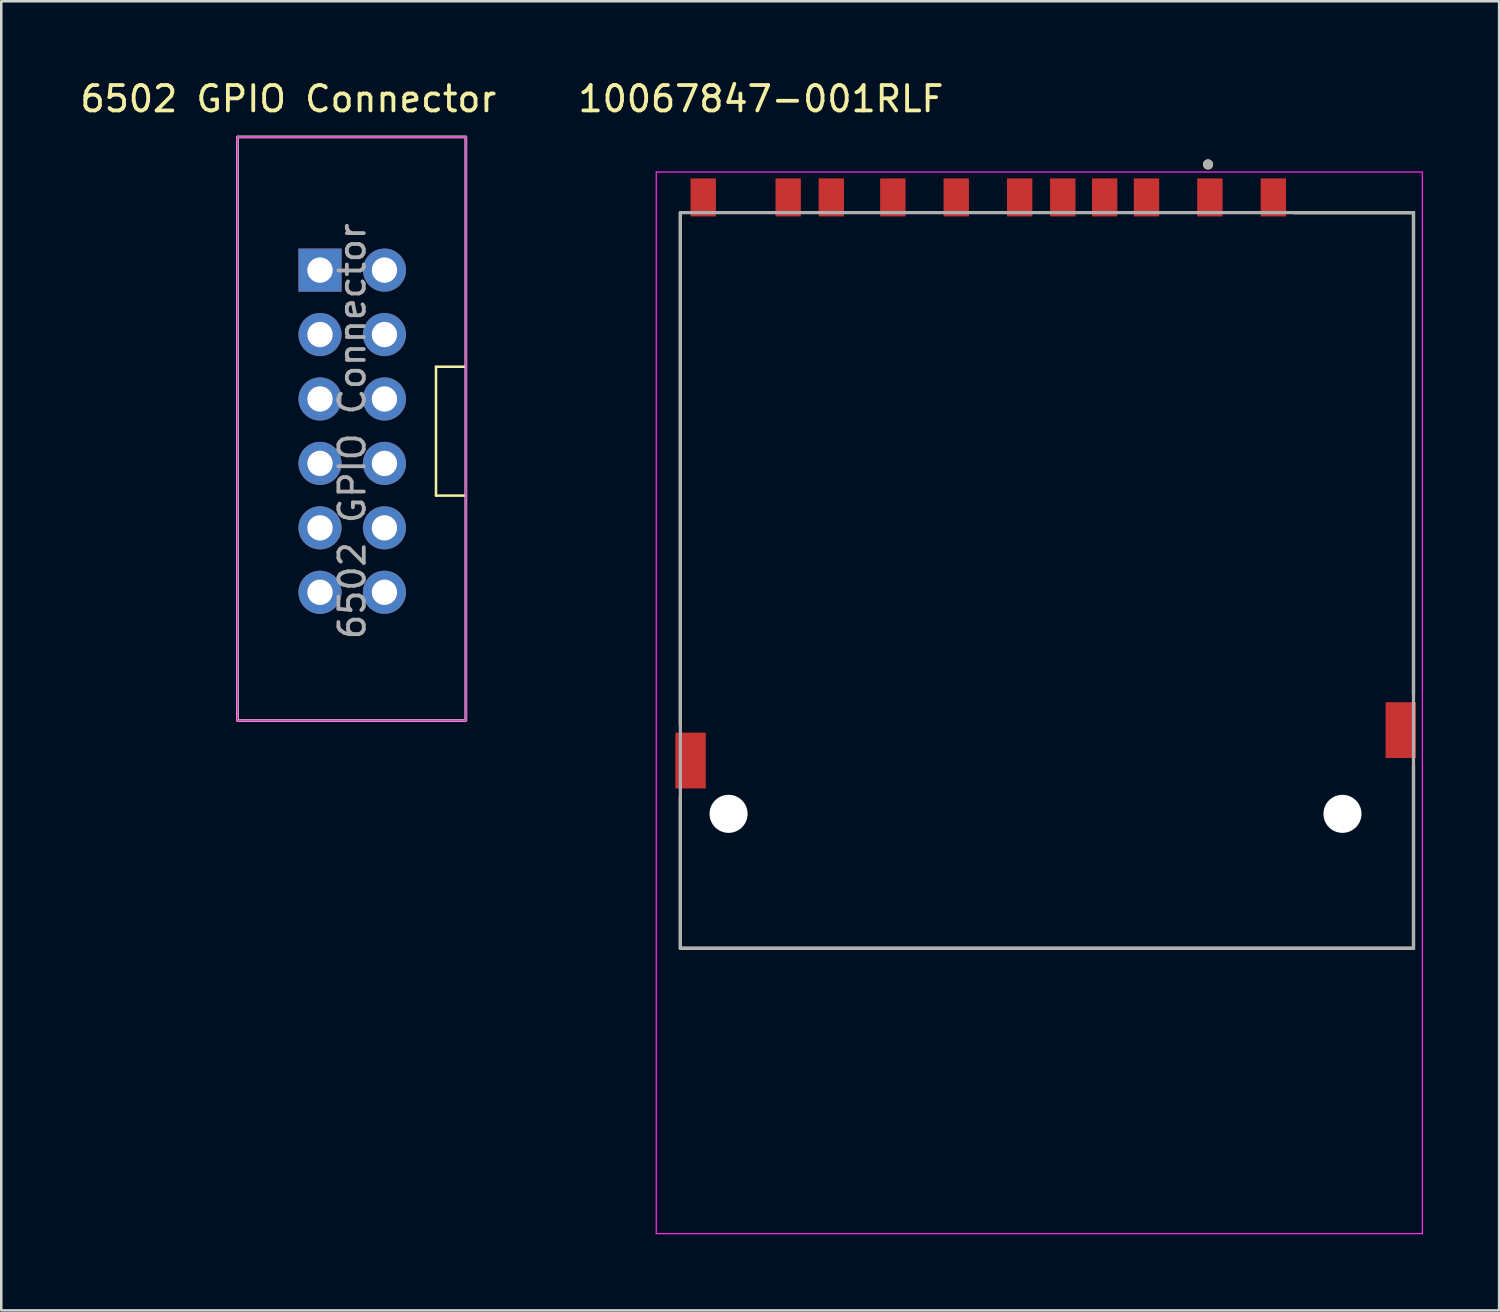
<source format=kicad_pcb>
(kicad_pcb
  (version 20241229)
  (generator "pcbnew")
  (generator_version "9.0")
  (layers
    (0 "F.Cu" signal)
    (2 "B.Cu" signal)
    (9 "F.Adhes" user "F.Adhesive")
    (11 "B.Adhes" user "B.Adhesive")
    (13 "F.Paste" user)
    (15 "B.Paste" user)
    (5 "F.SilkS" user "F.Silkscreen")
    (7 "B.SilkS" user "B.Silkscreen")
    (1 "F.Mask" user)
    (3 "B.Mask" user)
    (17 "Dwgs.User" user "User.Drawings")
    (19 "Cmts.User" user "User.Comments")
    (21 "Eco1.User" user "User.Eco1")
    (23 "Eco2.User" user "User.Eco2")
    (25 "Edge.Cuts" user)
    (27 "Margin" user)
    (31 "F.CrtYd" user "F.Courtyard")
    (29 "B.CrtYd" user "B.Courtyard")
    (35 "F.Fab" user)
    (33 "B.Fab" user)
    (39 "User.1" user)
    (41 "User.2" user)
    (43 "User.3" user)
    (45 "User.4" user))
  (footprint "6502 GPIO Connector"
    (layer "F.Cu")
    (at 9.565 7.598)
    (property "Reference" "6502 GPIO Connector" (at -1.25 -6.75 0) (layer "F.SilkS") (effects (font (size 1 1) (thickness 0.15))))
    (attr through_hole)
    (fp_line (start 4.572 3.81) (end 4.572 8.89) (stroke (width 0.1) (type default)) (layer "F.SilkS"))
    (fp_line (start 4.572 8.89) (end 5.75 8.89) (stroke (width 0.1) (type default)) (layer "F.SilkS"))
    (fp_line (start 5.75 3.81) (end 4.572 3.81) (stroke (width 0.1) (type default)) (layer "F.SilkS"))
    (fp_rect (start -3.25 -5.25) (end 5.75 17.75) (stroke (width 0.1) (type default)) (fill no) (layer "F.SilkS"))
    (fp_line (start -3.25 -5.25) (end -3.25 17.75) (stroke (width 0.05) (type solid)) (layer "F.CrtYd"))
    (fp_line (start -3.25 17.75) (end 5.75 17.75) (stroke (width 0.05) (type solid)) (layer "F.CrtYd"))
    (fp_line (start 5.75 -5.25) (end -3.25 -5.25) (stroke (width 0.05) (type solid)) (layer "F.CrtYd"))
    (fp_line (start 5.75 17.75) (end 5.75 -5.25) (stroke (width 0.05) (type solid)) (layer "F.CrtYd"))
    (fp_line (start -3.25 -5.25) (end 5.75 -5.25) (stroke (width 0.1) (type solid)) (layer "F.Fab"))
    (fp_line (start -3.25 17.75) (end -3.25 -5.25) (stroke (width 0.1) (type solid)) (layer "F.Fab"))
    (fp_line (start 5.75 -5.25) (end 5.75 17.75) (stroke (width 0.1) (type solid)) (layer "F.Fab"))
    (fp_line (start 5.75 17.75) (end -3.25 17.75) (stroke (width 0.1) (type solid)) (layer "F.Fab"))
    (fp_text user "${REFERENCE}" (at 1.27 6.35 90) (layer "F.Fab") (effects (font (size 1 1) (thickness 0.15))))
    (pad "1" thru_hole rect (at 0 0) (size 1.7 1.7) (drill 1) (layers "*.Cu" "*.Mask"))
    (pad "2" thru_hole oval (at 2.54 0) (size 1.7 1.7) (drill 1) (layers "*.Cu" "*.Mask"))
    (pad "3" thru_hole oval (at 0 2.54) (size 1.7 1.7) (drill 1) (layers "*.Cu" "*.Mask"))
    (pad "4" thru_hole oval (at 2.54 2.54) (size 1.7 1.7) (drill 1) (layers "*.Cu" "*.Mask"))
    (pad "5" thru_hole oval (at 0 5.08) (size 1.7 1.7) (drill 1) (layers "*.Cu" "*.Mask"))
    (pad "6" thru_hole oval (at 2.54 5.08) (size 1.7 1.7) (drill 1) (layers "*.Cu" "*.Mask"))
    (pad "7" thru_hole oval (at 0 7.62) (size 1.7 1.7) (drill 1) (layers "*.Cu" "*.Mask"))
    (pad "8" thru_hole oval (at 2.54 7.62) (size 1.7 1.7) (drill 1) (layers "*.Cu" "*.Mask"))
    (pad "9" thru_hole oval (at 0 10.16) (size 1.7 1.7) (drill 1) (layers "*.Cu" "*.Mask"))
    (pad "10" thru_hole oval (at 2.54 10.16) (size 1.7 1.7) (drill 1) (layers "*.Cu" "*.Mask"))
    (pad "11" thru_hole oval (at 0 12.7) (size 1.7 1.7) (drill 1) (layers "*.Cu" "*.Mask"))
    (pad "12" thru_hole oval (at 2.54 12.7) (size 1.7 1.7) (drill 1) (layers "*.Cu" "*.Mask")))
  (footprint "10067847-001RLF"
    (layer "F.Cu")
    (at 37.771 29.032)
    (property "Reference" "10067847-001RLF" (at -10.825 -28.184 0) (layer "F.SilkS") (effects (font (size 1 1) (thickness 0.15))))
    (attr smd)
    (fp_line (start -14 -23.7) (end -14 -3.52) (stroke (width 0.127) (type solid)) (layer "F.SilkS"))
    (fp_line (start -14 -0.68) (end -14 5.3) (stroke (width 0.127) (type solid)) (layer "F.SilkS"))
    (fp_line (start -14 5.3) (end 14.9 5.3) (stroke (width 0.127) (type solid)) (layer "F.SilkS"))
    (fp_line (start 10.195 -23.7) (end 14.9 -23.7) (stroke (width 0.127) (type solid)) (layer "F.SilkS"))
    (fp_line (start 14.9 -23.7) (end 14.9 -4.72) (stroke (width 0.127) (type solid)) (layer "F.SilkS"))
    (fp_line (start 14.9 5.3) (end 14.9 -1.88) (stroke (width 0.127) (type solid)) (layer "F.SilkS"))
    (fp_circle (center 6.8 -25.6) (end 6.9 -25.6) (stroke (width 0.2) (type solid)) (fill no) (layer "F.SilkS"))
    (fp_line (start -14.95 -25.3) (end 15.25 -25.3) (stroke (width 0.05) (type solid)) (layer "F.CrtYd"))
    (fp_line (start -14.95 16.55) (end -14.95 -25.3) (stroke (width 0.05) (type solid)) (layer "F.CrtYd"))
    (fp_line (start 15.25 -25.3) (end 15.25 16.55) (stroke (width 0.05) (type solid)) (layer "F.CrtYd"))
    (fp_line (start 15.25 16.55) (end -14.95 16.55) (stroke (width 0.05) (type solid)) (layer "F.CrtYd"))
    (fp_line (start -14 -23.7) (end 14.9 -23.7) (stroke (width 0.127) (type solid)) (layer "F.Fab"))
    (fp_line (start -14 5.3) (end -14 -23.7) (stroke (width 0.127) (type solid)) (layer "F.Fab"))
    (fp_line (start 14.9 -23.7) (end 14.9 5.3) (stroke (width 0.127) (type solid)) (layer "F.Fab"))
    (fp_line (start 14.9 5.3) (end -14 5.3) (stroke (width 0.127) (type solid)) (layer "F.Fab"))
    (fp_circle (center 6.8 -25.6) (end 6.9 -25.6) (stroke (width 0.2) (type solid)) (fill no) (layer "F.Fab"))
    (pad "" np_thru_hole circle (at -12.1 0) (size 1.5 1.5) (drill 1.5) (layers "*.Cu" "*.Mask"))
    (pad "" np_thru_hole circle (at 12.1 0) (size 1.5 1.5) (drill 1.5) (layers "*.Cu" "*.Mask"))
    (pad "1" smd rect (at 6.875 -24.3) (size 1 1.5) (layers "F.Cu" "F.Mask" "F.Paste"))
    (pad "2" smd rect (at 4.375 -24.3) (size 1 1.5) (layers "F.Cu" "F.Mask" "F.Paste"))
    (pad "3" smd rect (at 1.075 -24.3) (size 1 1.5) (layers "F.Cu" "F.Mask" "F.Paste"))
    (pad "4" smd rect (at -0.625 -24.3) (size 1 1.5) (layers "F.Cu" "F.Mask" "F.Paste"))
    (pad "5" smd rect (at -3.125 -24.3) (size 1 1.5) (layers "F.Cu" "F.Mask" "F.Paste"))
    (pad "6" smd rect (at -5.625 -24.3) (size 1 1.5) (layers "F.Cu" "F.Mask" "F.Paste"))
    (pad "7" smd rect (at -8.05 -24.3) (size 1 1.5) (layers "F.Cu" "F.Mask" "F.Paste"))
    (pad "8" smd rect (at -9.75 -24.3) (size 1 1.5) (layers "F.Cu" "F.Mask" "F.Paste"))
    (pad "9" smd rect (at 9.375 -24.3) (size 1 1.5) (layers "F.Cu" "F.Mask" "F.Paste"))
    (pad "CD" smd rect (at 2.725 -24.3) (size 1 1.5) (layers "F.Cu" "F.Mask" "F.Paste"))
    (pad "G1" smd rect (at -13.6 -2.1) (size 1.2 2.2) (layers "F.Cu" "F.Mask" "F.Paste"))
    (pad "G2" smd rect (at 14.4 -3.3) (size 1.2 2.2) (layers "F.Cu" "F.Mask" "F.Paste"))
    (pad "WP" smd rect (at -13.1 -24.3) (size 1 1.5) (layers "F.Cu" "F.Mask" "F.Paste"))
    (zone (net_name "") (layer "F.Cu") (hatch full 0.508) (connect_pads) (min_thickness 0.01) (filled_areas_thickness no) (keepout (tracks not_allowed) (vias not_allowed) (pads not_allowed) (copperpour not_allowed) (footprints allowed)) (placement (enabled no)) (fill) (polygon (pts (xy 23.071 14.532) (xy 24.271 14.532) (xy 24.271 20.832) (xy 23.071 20.832))))
    (zone (net_name "") (layer "F.Cu") (hatch full 0.508) (connect_pads) (min_thickness 0.01) (filled_areas_thickness no) (keepout (tracks not_allowed) (vias not_allowed) (pads not_allowed) (copperpour not_allowed) (footprints allowed)) (placement (enabled no)) (fill) (polygon (pts (xy 27.461 11.432) (xy 28.561 11.432) (xy 28.561 13.432) (xy 27.461 13.432))))
    (zone (net_name "") (layer "F.Cu") (hatch full 0.508) (connect_pads) (min_thickness 0.01) (filled_areas_thickness no) (keepout (tracks not_allowed) (vias not_allowed) (pads not_allowed) (copperpour not_allowed) (footprints allowed)) (placement (enabled no)) (fill) (polygon (pts (xy 29.161 11.432) (xy 30.261 11.432) (xy 30.261 13.432) (xy 29.161 13.432))))
    (zone (net_name "") (layer "F.Cu") (hatch full 0.508) (connect_pads) (min_thickness 0.01) (filled_areas_thickness no) (keepout (tracks not_allowed) (vias not_allowed) (pads not_allowed) (copperpour not_allowed) (footprints allowed)) (placement (enabled no)) (fill) (polygon (pts (xy 31.591 11.432) (xy 32.691 11.432) (xy 32.691 13.432) (xy 31.591 13.432))))
    (zone (net_name "") (layer "F.Cu") (hatch full 0.508) (connect_pads) (min_thickness 0.01) (filled_areas_thickness no) (keepout (tracks not_allowed) (vias not_allowed) (pads not_allowed) (copperpour not_allowed) (footprints allowed)) (placement (enabled no)) (fill) (polygon (pts (xy 34.091 11.432) (xy 35.191 11.432) (xy 35.191 13.432) (xy 34.091 13.432))))
    (zone (net_name "") (layer "F.Cu") (hatch full 0.508) (connect_pads) (min_thickness 0.01) (filled_areas_thickness no) (keepout (tracks not_allowed) (vias not_allowed) (pads not_allowed) (copperpour not_allowed) (footprints allowed)) (placement (enabled no)) (fill) (polygon (pts (xy 36.591 11.832) (xy 37.691 11.832) (xy 37.691 13.832) (xy 36.591 13.832))))
    (zone (net_name "") (layer "F.Cu") (hatch full 0.508) (connect_pads) (min_thickness 0.01) (filled_areas_thickness no) (keepout (tracks not_allowed) (vias not_allowed) (pads not_allowed) (copperpour not_allowed) (footprints allowed)) (placement (enabled no)) (fill) (polygon (pts (xy 38.691 11.332) (xy 40.591 11.332) (xy 40.591 13.832) (xy 38.691 13.832))))
    (zone (net_name "") (layer "F.Cu") (hatch full 0.508) (connect_pads) (min_thickness 0.01) (filled_areas_thickness no) (keepout (tracks not_allowed) (vias not_allowed) (pads not_allowed) (copperpour not_allowed) (footprints allowed)) (placement (enabled no)) (fill) (polygon (pts (xy 41.591 11.532) (xy 42.691 11.532) (xy 42.691 13.532) (xy 41.591 13.532))))
    (zone (net_name "") (layer "F.Cu") (hatch full 0.508) (connect_pads) (min_thickness 0.01) (filled_areas_thickness no) (keepout (tracks not_allowed) (vias not_allowed) (pads not_allowed) (copperpour not_allowed) (footprints allowed)) (placement (enabled no)) (fill) (polygon (pts (xy 44.091 10.732) (xy 45.191 10.732) (xy 45.191 13.232) (xy 44.091 13.232))))
    (zone (net_name "") (layer "F.Cu") (hatch full 0.508) (connect_pads) (min_thickness 0.01) (filled_areas_thickness no) (keepout (tracks not_allowed) (vias not_allowed) (pads not_allowed) (copperpour not_allowed) (footprints allowed)) (placement (enabled no)) (fill) (polygon (pts (xy 46.591 13.832) (xy 47.691 13.832) (xy 47.691 15.832) (xy 46.591 15.832))))
    (zone (net_name "") (layers "F.Cu" "B.Cu") (hatch full 0.508) (connect_pads) (min_thickness 0.01) (filled_areas_thickness no) (keepout (tracks allowed) (vias not_allowed) (pads allowed) (copperpour allowed) (footprints allowed)) (placement (enabled no)) (fill) (polygon (pts (xy 23.071 14.532) (xy 24.271 14.532) (xy 24.271 20.832) (xy 23.071 20.832))))
    (zone (net_name "") (layers "F.Cu" "B.Cu") (hatch full 0.508) (connect_pads) (min_thickness 0.01) (filled_areas_thickness no) (keepout (tracks allowed) (vias not_allowed) (pads allowed) (copperpour allowed) (footprints allowed)) (placement (enabled no)) (fill) (polygon (pts (xy 27.461 11.432) (xy 28.561 11.432) (xy 28.561 13.432) (xy 27.461 13.432))))
    (zone (net_name "") (layers "F.Cu" "B.Cu") (hatch full 0.508) (connect_pads) (min_thickness 0.01) (filled_areas_thickness no) (keepout (tracks allowed) (vias not_allowed) (pads allowed) (copperpour allowed) (footprints allowed)) (placement (enabled no)) (fill) (polygon (pts (xy 29.161 11.432) (xy 30.261 11.432) (xy 30.261 13.432) (xy 29.161 13.432))))
    (zone (net_name "") (layers "F.Cu" "B.Cu") (hatch full 0.508) (connect_pads) (min_thickness 0.01) (filled_areas_thickness no) (keepout (tracks allowed) (vias not_allowed) (pads allowed) (copperpour allowed) (footprints allowed)) (placement (enabled no)) (fill) (polygon (pts (xy 31.591 11.432) (xy 32.691 11.432) (xy 32.691 13.432) (xy 31.591 13.432))))
    (zone (net_name "") (layers "F.Cu" "B.Cu") (hatch full 0.508) (connect_pads) (min_thickness 0.01) (filled_areas_thickness no) (keepout (tracks allowed) (vias not_allowed) (pads allowed) (copperpour allowed) (footprints allowed)) (placement (enabled no)) (fill) (polygon (pts (xy 34.091 11.432) (xy 35.191 11.432) (xy 35.191 13.432) (xy 34.091 13.432))))
    (zone (net_name "") (layers "F.Cu" "B.Cu") (hatch full 0.508) (connect_pads) (min_thickness 0.01) (filled_areas_thickness no) (keepout (tracks allowed) (vias not_allowed) (pads allowed) (copperpour allowed) (footprints allowed)) (placement (enabled no)) (fill) (polygon (pts (xy 36.591 11.832) (xy 37.691 11.832) (xy 37.691 13.832) (xy 36.591 13.832))))
    (zone (net_name "") (layers "F.Cu" "B.Cu") (hatch full 0.508) (connect_pads) (min_thickness 0.01) (filled_areas_thickness no) (keepout (tracks allowed) (vias not_allowed) (pads allowed) (copperpour allowed) (footprints allowed)) (placement (enabled no)) (fill) (polygon (pts (xy 38.691 11.332) (xy 40.591 11.332) (xy 40.591 13.832) (xy 38.691 13.832))))
    (zone (net_name "") (layers "F.Cu" "B.Cu") (hatch full 0.508) (connect_pads) (min_thickness 0.01) (filled_areas_thickness no) (keepout (tracks allowed) (vias not_allowed) (pads allowed) (copperpour allowed) (footprints allowed)) (placement (enabled no)) (fill) (polygon (pts (xy 41.591 11.532) (xy 42.691 11.532) (xy 42.691 13.532) (xy 41.591 13.532))))
    (zone (net_name "") (layers "F.Cu" "B.Cu") (hatch full 0.508) (connect_pads) (min_thickness 0.01) (filled_areas_thickness no) (keepout (tracks allowed) (vias not_allowed) (pads allowed) (copperpour allowed) (footprints allowed)) (placement (enabled no)) (fill) (polygon (pts (xy 44.091 10.732) (xy 45.191 10.732) (xy 45.191 13.232) (xy 44.091 13.232))))
    (zone (net_name "") (layers "F.Cu" "B.Cu") (hatch full 0.508) (connect_pads) (min_thickness 0.01) (filled_areas_thickness no) (keepout (tracks allowed) (vias not_allowed) (pads allowed) (copperpour allowed) (footprints allowed)) (placement (enabled no)) (fill) (polygon (pts (xy 46.591 13.832) (xy 47.691 13.832) (xy 47.691 15.832) (xy 46.591 15.832)))))
  (gr_rect
    (start -3 -3)
    (end 56.046 48.607)
    (stroke (width 0.1) (type default))
    (fill no)
    (layer "Edge.Cuts")))
</source>
